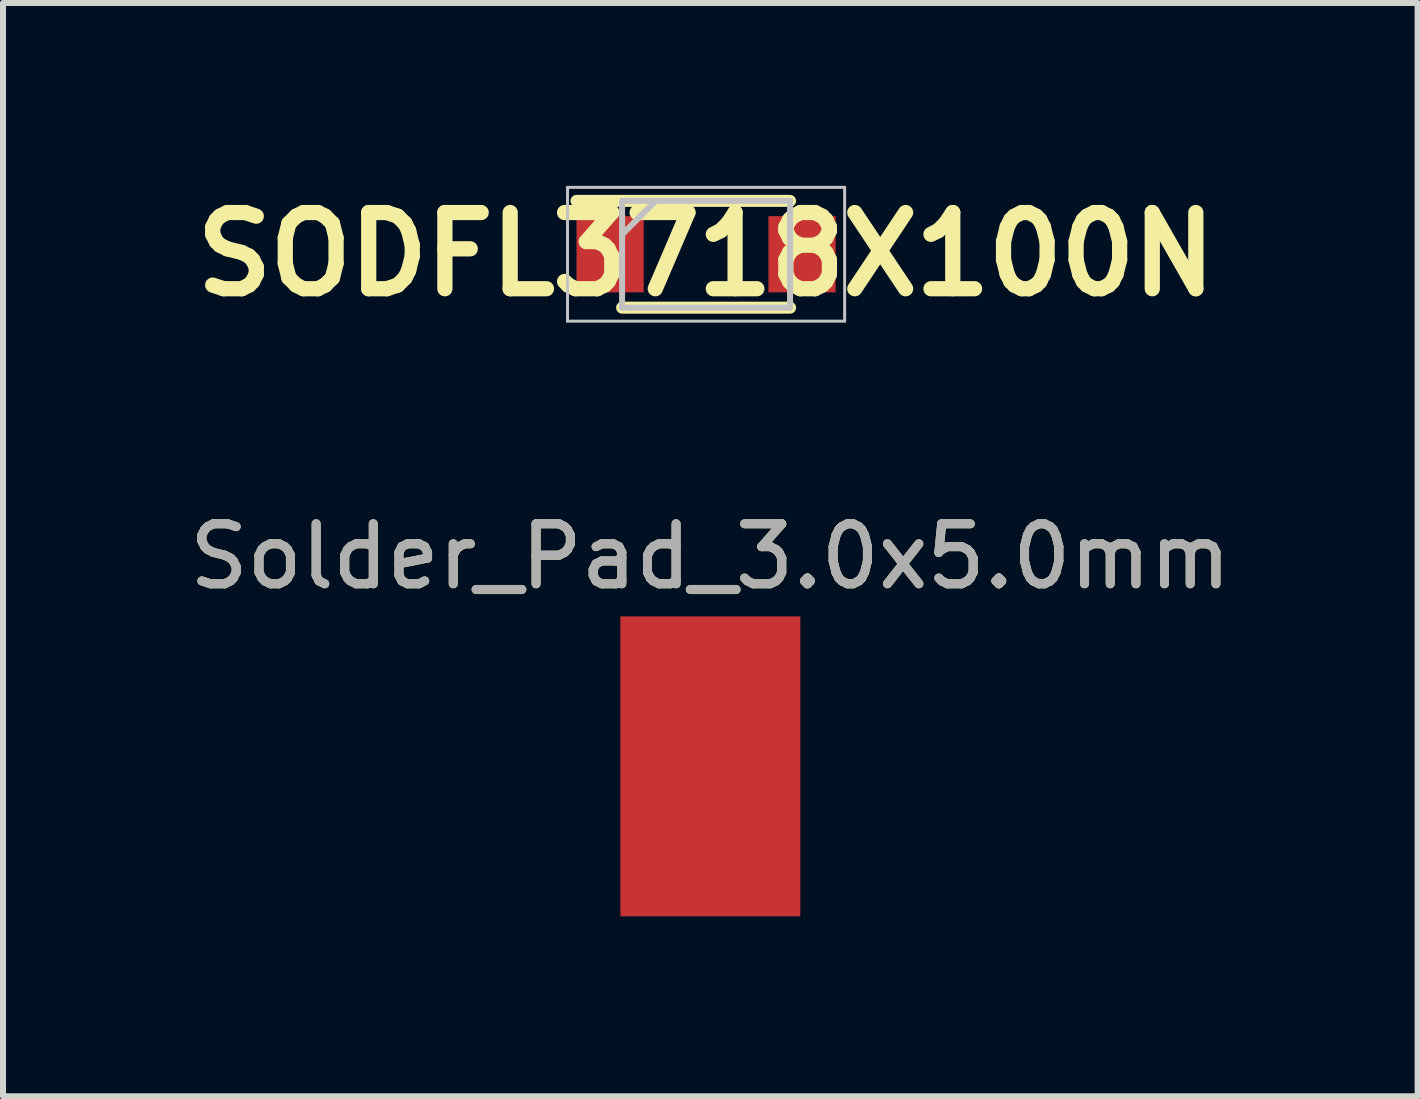
<source format=kicad_pcb>
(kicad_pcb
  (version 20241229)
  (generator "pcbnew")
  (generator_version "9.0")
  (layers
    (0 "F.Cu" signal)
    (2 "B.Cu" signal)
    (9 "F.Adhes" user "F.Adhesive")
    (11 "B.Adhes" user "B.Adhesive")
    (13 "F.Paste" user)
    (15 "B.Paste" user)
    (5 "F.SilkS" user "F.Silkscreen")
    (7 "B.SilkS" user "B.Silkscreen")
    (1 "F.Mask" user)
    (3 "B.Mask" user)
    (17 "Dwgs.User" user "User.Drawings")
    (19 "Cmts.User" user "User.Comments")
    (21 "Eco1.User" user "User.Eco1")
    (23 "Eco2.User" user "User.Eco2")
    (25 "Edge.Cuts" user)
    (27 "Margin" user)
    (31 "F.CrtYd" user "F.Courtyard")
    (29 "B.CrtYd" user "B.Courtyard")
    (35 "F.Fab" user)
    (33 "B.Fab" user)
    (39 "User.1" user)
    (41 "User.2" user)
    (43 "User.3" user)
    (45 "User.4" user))
  (footprint "SODFL3718X100N"
    (layer "F.Cu")
    (at 8.721 1.189)
    (property "Reference" "SODFL3718X100N" (at 0 0 0) (layer "F.SilkS") (effects (font (size 1.27 1.27) (thickness 0.254))))
    (attr smd)
    (fp_line (start -2.16 -0.89) (end 1.4 -0.89) (stroke (width 0.2) (type solid)) (layer "F.SilkS"))
    (fp_line (start -1.4 0.89) (end 1.4 0.89) (stroke (width 0.2) (type solid)) (layer "F.SilkS"))
    (fp_line (start -2.31 -1.115) (end 2.31 -1.115) (stroke (width 0.05) (type solid)) (layer "Dwgs.User"))
    (fp_line (start -2.31 1.115) (end -2.31 -1.115) (stroke (width 0.05) (type solid)) (layer "Dwgs.User"))
    (fp_line (start -1.4 -0.89) (end 1.4 -0.89) (stroke (width 0.1) (type solid)) (layer "Dwgs.User"))
    (fp_line (start -1.4 -0.33) (end -0.84 -0.89) (stroke (width 0.1) (type solid)) (layer "Dwgs.User"))
    (fp_line (start -1.4 0.89) (end -1.4 -0.89) (stroke (width 0.1) (type solid)) (layer "Dwgs.User"))
    (fp_line (start 1.4 -0.89) (end 1.4 0.89) (stroke (width 0.1) (type solid)) (layer "Dwgs.User"))
    (fp_line (start 1.4 0.89) (end -1.4 0.89) (stroke (width 0.1) (type solid)) (layer "Dwgs.User"))
    (fp_line (start 2.31 -1.115) (end 2.31 1.115) (stroke (width 0.05) (type solid)) (layer "Dwgs.User"))
    (fp_line (start 2.31 1.115) (end -2.31 1.115) (stroke (width 0.05) (type solid)) (layer "Dwgs.User"))
    (pad "1" smd rect (at -1.6 0) (size 1.12 1.27) (layers "F.Cu" "F.Mask" "F.Paste"))
    (pad "2" smd rect (at 1.6 0) (size 1.12 1.27) (layers "F.Cu" "F.Mask" "F.Paste")))
  (footprint "Solder_Pad_3.0x5.0mm"
    (layer "F.Cu")
    (at 8.792 9.726)
    (property "Reference" "Solder_Pad_3.0x5.0mm" (at 0 -3.498 0) (layer "F.SilkS") (effects (font (size 1 1) (thickness 0.15))))
    (attr exclude_from_pos_files exclude_from_bom)
    (fp_text user "${REFERENCE}" (at 0 -3.5 0) (layer "F.Fab") (effects (font (size 1 1) (thickness 0.15))))
    (pad "1" smd rect (at 0 0) (size 3 5) (layers "F.Cu" "F.Mask")))
  (gr_rect
    (start -3 -3)
    (end 20.583 15.226)
    (stroke (width 0.1) (type default))
    (fill no)
    (layer "Edge.Cuts")))
</source>
